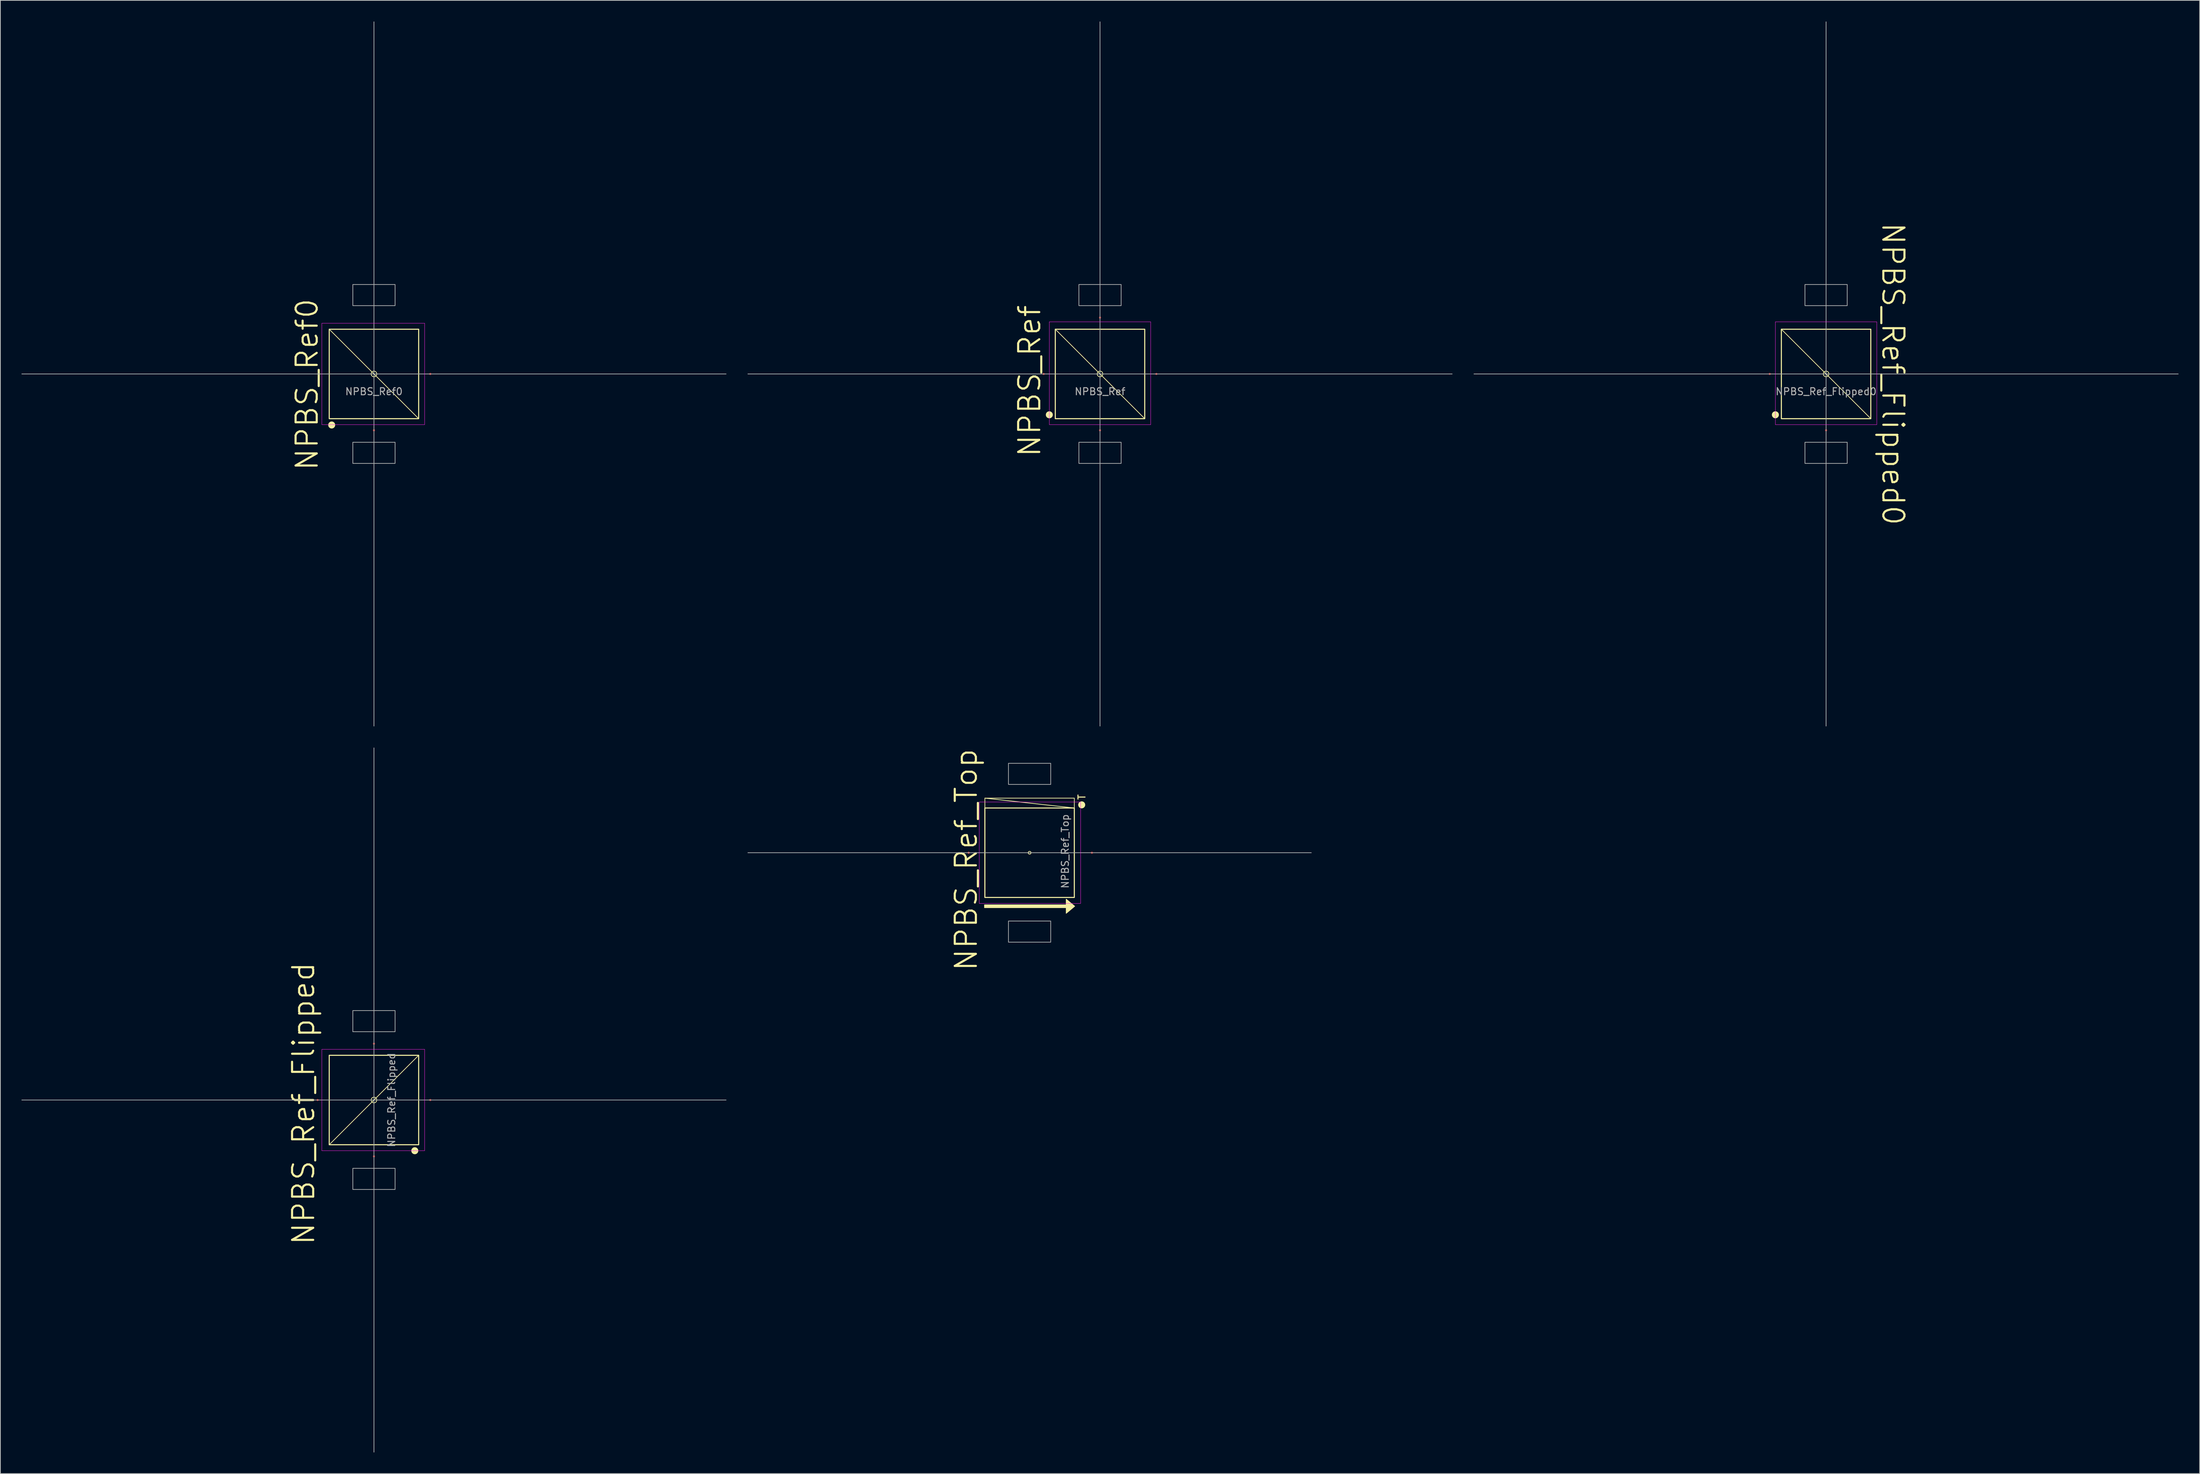
<source format=kicad_pcb>
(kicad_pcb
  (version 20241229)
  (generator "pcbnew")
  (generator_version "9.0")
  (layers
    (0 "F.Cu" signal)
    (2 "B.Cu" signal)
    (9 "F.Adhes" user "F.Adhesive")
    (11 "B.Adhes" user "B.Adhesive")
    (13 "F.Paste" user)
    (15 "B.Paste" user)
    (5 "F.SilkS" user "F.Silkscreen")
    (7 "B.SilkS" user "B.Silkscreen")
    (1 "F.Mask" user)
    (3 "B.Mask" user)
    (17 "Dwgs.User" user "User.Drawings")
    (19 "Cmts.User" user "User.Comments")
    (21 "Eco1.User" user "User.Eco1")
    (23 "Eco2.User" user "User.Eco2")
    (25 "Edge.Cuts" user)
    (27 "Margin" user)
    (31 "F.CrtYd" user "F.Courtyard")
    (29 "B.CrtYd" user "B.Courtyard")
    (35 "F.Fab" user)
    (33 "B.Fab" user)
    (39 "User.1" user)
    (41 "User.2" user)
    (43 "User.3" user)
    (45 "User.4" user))
  (footprint "NPBS_Ref"
    (layer "F.Cu")
    (at 153.15 50.05)
    (property "Reference" "NPBS_Ref" (at -10 1 90) (unlocked yes) (layer "F.SilkS") (effects (font (size 3 3) (thickness 0.3))))
    (attr smd)
    (fp_line (start -6.35 -6.35) (end 6.35 6.35) (stroke (width 0.1) (type default)) (layer "F.SilkS"))
    (fp_rect (start -6.35 -6.35) (end 6.35 6.35) (stroke (width 0.15) (type default)) (fill no) (layer "F.SilkS"))
    (fp_circle (center -7.2 5.8) (end -6.8 6) (stroke (width 0.1) (type solid)) (fill yes) (layer "F.SilkS"))
    (fp_circle (center 0 0) (end 0.4 0) (stroke (width 0.1) (type default)) (fill no) (layer "F.SilkS"))
    (fp_rect (start -7.2 -7.4) (end 7.2 7.2) (stroke (width 0.05) (type default)) (fill no) (layer "F.CrtYd"))
    (fp_line (start 0 0) (end -50 0) (stroke (width 0.1) (type default)) (layer "F.Fab"))
    (fp_line (start 0 0) (end 0 -50) (stroke (width 0.1) (type default)) (layer "F.Fab"))
    (fp_line (start 0 0) (end 0 50) (stroke (width 0.1) (type default)) (layer "F.Fab"))
    (fp_line (start 0 0) (end 50 0) (stroke (width 0.1) (type default)) (layer "F.Fab"))
    (fp_rect (start -3 -12.7) (end 3 -9.7) (stroke (width 0.1) (type solid)) (fill no) (layer "F.Fab"))
    (fp_rect (start -3 9.7) (end 3 12.7) (stroke (width 0.1) (type solid)) (fill no) (layer "F.Fab"))
    (fp_text user "${REFERENCE}" (at 0 2.5 0) (unlocked yes) (layer "F.Fab") (effects (font (size 1 1) (thickness 0.15))))
    (pad "1" smd circle (at -8 0) (size 0.3 0.3) (layers "F.Cu" "F.Mask" "F.Paste"))
    (pad "2" smd circle (at 8 0) (size 0.3 0.3) (layers "F.Cu" "F.Mask" "F.Paste"))
    (pad "3" smd circle (at 0 8) (size 0.3 0.3) (layers "F.Cu" "F.Mask" "F.Paste"))
    (pad "4" smd circle (at 0 -8) (size 0.3 0.3) (layers "F.Cu" "F.Mask" "F.Paste")))
  (footprint "NPBS_Ref0"
    (layer "F.Cu")
    (at 50.05 50.05)
    (property "Reference" "NPBS_Ref0" (at -9.5 1.5 90) (unlocked yes) (layer "F.SilkS") (effects (font (size 3 3) (thickness 0.3))))
    (attr smd)
    (fp_line (start -6.35 -6.35) (end 6.35 6.35) (stroke (width 0.1) (type default)) (layer "F.SilkS"))
    (fp_rect (start -6.35 6.35) (end 6.35 -6.35) (stroke (width 0.15) (type default)) (fill no) (layer "F.SilkS"))
    (fp_circle (center -6 7.25) (end -5.8 6.85) (stroke (width 0.1) (type solid)) (fill yes) (layer "F.SilkS"))
    (fp_circle (center 0 0) (end 0 -0.4) (stroke (width 0.1) (type default)) (fill no) (layer "F.SilkS"))
    (fp_rect (start -7.4 7.2) (end 7.2 -7.2) (stroke (width 0.05) (type default)) (fill no) (layer "F.CrtYd"))
    (fp_line (start 0 0) (end -50 0) (stroke (width 0.1) (type default)) (layer "F.Fab"))
    (fp_line (start 0 0) (end 0 -50) (stroke (width 0.1) (type default)) (layer "F.Fab"))
    (fp_line (start 0 0) (end 0 50) (stroke (width 0.1) (type default)) (layer "F.Fab"))
    (fp_line (start 0 0) (end 50 0) (stroke (width 0.1) (type default)) (layer "F.Fab"))
    (fp_rect (start -3 -12.7) (end 3 -9.7) (stroke (width 0.1) (type solid)) (fill no) (layer "F.Fab"))
    (fp_rect (start -3 9.7) (end 3 12.7) (stroke (width 0.1) (type solid)) (fill no) (layer "F.Fab"))
    (fp_text user "${REFERENCE}" (at 0 2.5 0) (unlocked yes) (layer "F.Fab") (effects (font (size 1 1) (thickness 0.15))))
    (pad "1" smd circle (at 0 8 90) (size 0.3 0.3) (layers "F.Cu" "F.Mask" "F.Paste"))
    (pad "2" smd circle (at 8 0 90) (size 0.3 0.3) (layers "F.Cu" "F.Mask" "F.Paste")))
  (footprint "NPBS_Ref_Flipped0"
    (layer "F.Cu")
    (at 256.25 50.05)
    (property "Reference" "NPBS_Ref_Flipped0" (at 9.5 0 270) (unlocked yes) (layer "F.SilkS") (effects (font (size 3 3) (thickness 0.3))))
    (attr smd)
    (fp_line (start -6.35 -6.35) (end 6.35 6.35) (stroke (width 0.1) (type default)) (layer "F.SilkS"))
    (fp_rect (start -6.35 -6.35) (end 6.35 6.35) (stroke (width 0.15) (type default)) (fill no) (layer "F.SilkS"))
    (fp_circle (center -7.2 5.8) (end -6.8 6) (stroke (width 0.1) (type solid)) (fill yes) (layer "F.SilkS"))
    (fp_circle (center 0 0) (end 0.4 0) (stroke (width 0.1) (type default)) (fill no) (layer "F.SilkS"))
    (fp_rect (start -7.2 -7.4) (end 7.2 7.2) (stroke (width 0.05) (type default)) (fill no) (layer "F.CrtYd"))
    (fp_line (start 0 0) (end -50 0) (stroke (width 0.1) (type default)) (layer "F.Fab"))
    (fp_line (start 0 0) (end 0 -50) (stroke (width 0.1) (type default)) (layer "F.Fab"))
    (fp_line (start 0 0) (end 0 50) (stroke (width 0.1) (type default)) (layer "F.Fab"))
    (fp_line (start 0 0) (end 50 0) (stroke (width 0.1) (type default)) (layer "F.Fab"))
    (fp_rect (start -3 -12.7) (end 3 -9.7) (stroke (width 0.1) (type solid)) (fill no) (layer "F.Fab"))
    (fp_rect (start -3 9.7) (end 3 12.7) (stroke (width 0.1) (type solid)) (fill no) (layer "F.Fab"))
    (fp_text user "${REFERENCE}" (at 0 2.5 0) (unlocked yes) (layer "F.Fab") (effects (font (size 1 1) (thickness 0.15))))
    (pad "1" smd circle (at -8 0) (size 0.3 0.3) (layers "F.Cu" "F.Mask" "F.Paste"))
    (pad "2" smd circle (at 0 8) (size 0.3 0.3) (layers "F.Cu" "F.Mask" "F.Paste")))
  (footprint "NPBS_Ref_Top"
    (layer "F.Cu")
    (at 143.15 118.036)
    (property "Reference" "NPBS_Ref_Top" (at -9 1 90) (unlocked yes) (layer "F.SilkS") (effects (font (size 3 3) (thickness 0.3))))
    (attr smd)
    (fp_line (start -6.35 -7.75) (end -6.35 -6.35) (stroke (width 0.1) (type default)) (layer "F.SilkS"))
    (fp_line (start -6.35 -7.75) (end 6.35 -7.75) (stroke (width 0.1) (type default)) (layer "F.SilkS"))
    (fp_line (start 6.35 -6.35) (end -6.35 -7.75) (stroke (width 0.1) (type default)) (layer "F.SilkS"))
    (fp_line (start 6.35 -6.35) (end 6.35 -7.75) (stroke (width 0.1) (type default)) (layer "F.SilkS"))
    (fp_rect (start -6.35 6.35) (end 6.35 -6.35) (stroke (width 0.15) (type default)) (fill no) (layer "F.SilkS"))
    (fp_circle (center 0 0) (end 0 -0.2) (stroke (width 0.1) (type default)) (fill no) (layer "F.SilkS"))
    (fp_circle (center 7.4 -6.8) (end 6.953 -6.8) (stroke (width 0.1) (type solid)) (fill yes) (layer "F.SilkS"))
    (fp_poly (pts (xy -6.4 7.4) (xy 5.2 7.4) (xy 5.2 6.6) (xy 6.4 7.6) (xy 5.2 8.6) (xy 5.2 7.8) (xy -6.4 7.8)) (stroke (width 0.1) (type solid)) (fill yes) (layer "F.SilkS"))
    (fp_rect (start -7.15 7.2) (end 7.25 -7.2) (stroke (width 0.05) (type default)) (fill no) (layer "F.CrtYd"))
    (fp_line (start 0 0) (end -40 0) (stroke (width 0.1) (type default)) (layer "F.Fab"))
    (fp_line (start 0 0) (end 40 0) (stroke (width 0.1) (type default)) (layer "F.Fab"))
    (fp_rect (start 3 -9.7) (end -3 -12.7) (stroke (width 0.1) (type solid)) (fill no) (layer "F.Fab"))
    (fp_rect (start 3 12.7) (end -3 9.7) (stroke (width 0.1) (type solid)) (fill no) (layer "F.Fab"))
    (fp_text user "T" (at 8 -7.425 90) (unlocked yes) (layer "F.SilkS") (effects (font (size 1 1) (thickness 0.15)) (justify left bottom)))
    (fp_text user "${REFERENCE}" (at 5.05 -0.2 90) (unlocked yes) (layer "F.Fab") (effects (font (size 1 1) (thickness 0.15))))
    (pad "1" smd circle (at 8.85 0) (size 0.3 0.3) (layers "F.Cu" "F.Mask" "F.Paste"))
    (pad "2" smd circle (at -8.65 0) (size 0.3 0.3) (layers "F.Cu" "F.Mask" "F.Paste")))
  (footprint "NPBS_Ref_Flipped"
    (layer "F.Cu")
    (at 50.05 153.15)
    (property "Reference" "NPBS_Ref_Flipped" (at -10 0.5 90) (unlocked yes) (layer "F.SilkS") (effects (font (size 3 3) (thickness 0.3))))
    (attr smd)
    (fp_line (start -6.35 6.35) (end 6.35 -6.35) (stroke (width 0.1) (type default)) (layer "F.SilkS"))
    (fp_rect (start -6.35 6.35) (end 6.35 -6.35) (stroke (width 0.15) (type default)) (fill no) (layer "F.SilkS"))
    (fp_circle (center 0 0) (end 0 -0.4) (stroke (width 0.1) (type default)) (fill no) (layer "F.SilkS"))
    (fp_circle (center 5.8 7.2) (end 6 6.8) (stroke (width 0.1) (type solid)) (fill yes) (layer "F.SilkS"))
    (fp_rect (start -7.4 7.2) (end 7.2 -7.2) (stroke (width 0.05) (type default)) (fill no) (layer "F.CrtYd"))
    (fp_line (start 0 0) (end -50 0) (stroke (width 0.1) (type default)) (layer "F.Fab"))
    (fp_line (start 0 0) (end 0 -50) (stroke (width 0.1) (type default)) (layer "F.Fab"))
    (fp_line (start 0 0) (end 0 50) (stroke (width 0.1) (type default)) (layer "F.Fab"))
    (fp_line (start 0 0) (end 50 0) (stroke (width 0.1) (type default)) (layer "F.Fab"))
    (fp_rect (start 3 -9.7) (end -3 -12.7) (stroke (width 0.1) (type solid)) (fill no) (layer "F.Fab"))
    (fp_rect (start 3 12.7) (end -3 9.7) (stroke (width 0.1) (type solid)) (fill no) (layer "F.Fab"))
    (fp_text user "${REFERENCE}" (at 2.5 0 90) (unlocked yes) (layer "F.Fab") (effects (font (size 1 1) (thickness 0.15))))
    (pad "1" smd circle (at 8 0 180) (size 0.3 0.3) (layers "F.Cu" "F.Mask" "F.Paste"))
    (pad "2" smd circle (at -8 0 180) (size 0.3 0.3) (layers "F.Cu" "F.Mask" "F.Paste"))
    (pad "3" smd circle (at 0 8) (size 0.3 0.3) (layers "F.Cu" "F.Mask" "F.Paste"))
    (pad "4" smd circle (at 0 -8) (size 0.3 0.3) (layers "F.Cu" "F.Mask" "F.Paste")))
  (gr_rect
    (start -3 -3)
    (end 309.3 206.2)
    (stroke (width 0.1) (type default))
    (fill no)
    (layer "Edge.Cuts")))
</source>
